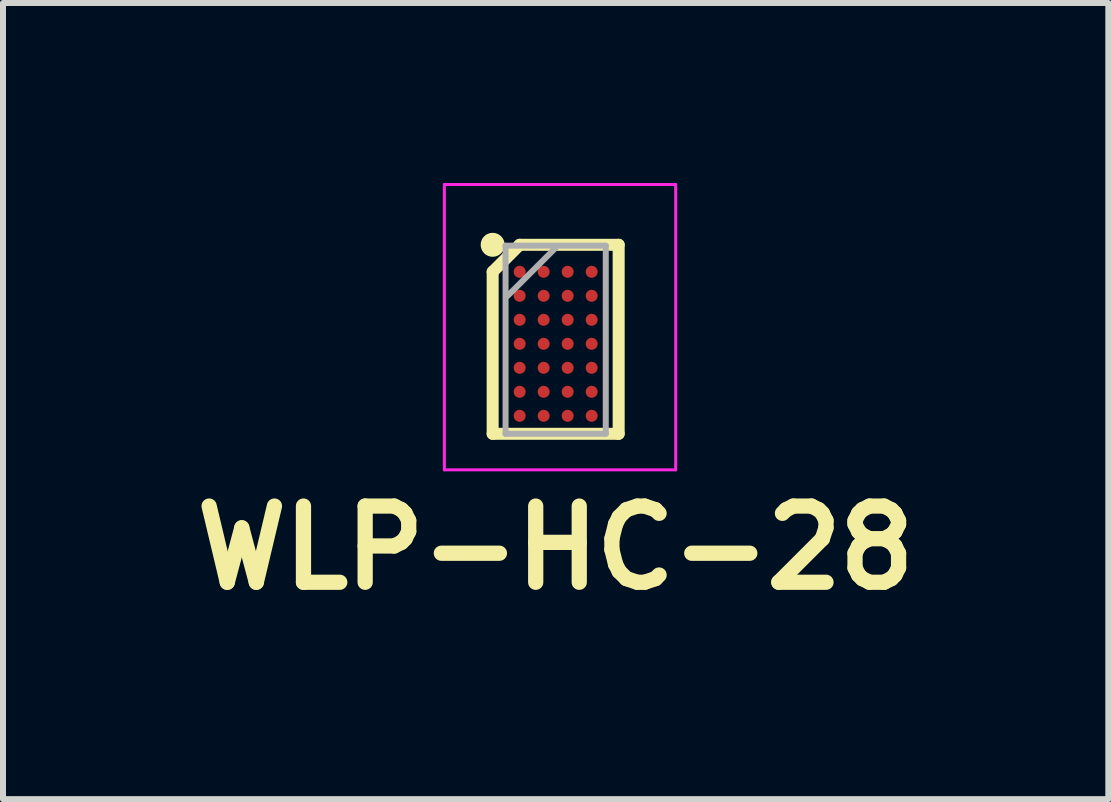
<source format=kicad_pcb>
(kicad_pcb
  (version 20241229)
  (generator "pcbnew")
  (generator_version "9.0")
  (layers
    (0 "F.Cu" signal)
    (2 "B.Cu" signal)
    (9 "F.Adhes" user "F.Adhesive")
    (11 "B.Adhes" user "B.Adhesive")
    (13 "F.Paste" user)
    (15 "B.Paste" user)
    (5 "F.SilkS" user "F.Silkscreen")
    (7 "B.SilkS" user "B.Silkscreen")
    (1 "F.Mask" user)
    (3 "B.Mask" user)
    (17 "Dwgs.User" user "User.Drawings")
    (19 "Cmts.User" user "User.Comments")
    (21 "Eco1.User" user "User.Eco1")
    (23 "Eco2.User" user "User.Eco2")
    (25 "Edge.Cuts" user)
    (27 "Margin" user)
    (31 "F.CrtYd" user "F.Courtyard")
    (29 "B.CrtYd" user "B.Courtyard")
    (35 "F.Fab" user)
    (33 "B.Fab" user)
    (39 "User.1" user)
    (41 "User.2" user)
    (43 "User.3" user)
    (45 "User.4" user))
  (footprint "WLP-HC-28"
    (layer "F.Cu")
    (at 6.211 2.68)
    (property "Reference" "WLP-HC-28" (at 0 3.4 0) (layer "F.SilkS") (effects (font (size 1.27 1.27) (thickness 0.254))))
    (attr smd)
    (fp_line (start -1.05 -1.2) (end -0.6 -1.65) (stroke (width 0.2) (type solid)) (layer "F.SilkS"))
    (fp_line (start -1.05 1.5) (end -1.05 -1.2) (stroke (width 0.2) (type solid)) (layer "F.SilkS"))
    (fp_line (start -0.6 -1.65) (end 1.05 -1.65) (stroke (width 0.2) (type solid)) (layer "F.SilkS"))
    (fp_line (start 1.05 -1.65) (end 1.05 1.5) (stroke (width 0.2) (type solid)) (layer "F.SilkS"))
    (fp_line (start 1.05 1.5) (end -1.05 1.5) (stroke (width 0.2) (type solid)) (layer "F.SilkS"))
    (fp_circle (center -1.05 -1.65) (end -1.05 -1.55) (stroke (width 0.2) (type solid)) (fill no) (layer "F.SilkS"))
    (fp_line (start -1.855 -2.655) (end 2 -2.655) (stroke (width 0.05) (type solid)) (layer "F.CrtYd"))
    (fp_line (start -1.855 2.1) (end -1.855 -2.655) (stroke (width 0.05) (type solid)) (layer "F.CrtYd"))
    (fp_line (start 2 -2.655) (end 2 2.1) (stroke (width 0.05) (type solid)) (layer "F.CrtYd"))
    (fp_line (start 2 2.1) (end -1.855 2.1) (stroke (width 0.05) (type solid)) (layer "F.CrtYd"))
    (fp_line (start -0.835 -1.635) (end 0.835 -1.635) (stroke (width 0.1) (type solid)) (layer "F.Fab"))
    (fp_line (start -0.835 1.5) (end -0.835 -1.635) (stroke (width 0.1) (type solid)) (layer "F.Fab"))
    (fp_line (start -0.8 -0.8) (end 0 -1.6) (stroke (width 0.1) (type solid)) (layer "F.Fab"))
    (fp_line (start 0.835 -1.635) (end 0.835 1.5) (stroke (width 0.1) (type solid)) (layer "F.Fab"))
    (fp_line (start 0.835 1.5) (end -0.835 1.5) (stroke (width 0.1) (type solid)) (layer "F.Fab"))
    (pad "A1" smd circle (at -0.6 -1.2 90) (size 0.2 0.2) (layers "F.Cu" "F.Mask" "F.Paste"))
    (pad "A2" smd circle (at -0.2 -1.2 90) (size 0.2 0.2) (layers "F.Cu" "F.Mask" "F.Paste"))
    (pad "A3" smd circle (at 0.2 -1.2 90) (size 0.2 0.2) (layers "F.Cu" "F.Mask" "F.Paste"))
    (pad "A4" smd circle (at 0.6 -1.2 90) (size 0.2 0.2) (layers "F.Cu" "F.Mask" "F.Paste"))
    (pad "B1" smd circle (at -0.6 -0.8 90) (size 0.2 0.2) (layers "F.Cu" "F.Mask" "F.Paste"))
    (pad "B2" smd circle (at -0.2 -0.8 90) (size 0.2 0.2) (layers "F.Cu" "F.Mask" "F.Paste"))
    (pad "B3" smd circle (at 0.2 -0.8 90) (size 0.2 0.2) (layers "F.Cu" "F.Mask" "F.Paste"))
    (pad "B4" smd circle (at 0.6 -0.8 90) (size 0.2 0.2) (layers "F.Cu" "F.Mask" "F.Paste"))
    (pad "C1" smd circle (at -0.6 -0.4 90) (size 0.2 0.2) (layers "F.Cu" "F.Mask" "F.Paste"))
    (pad "C2" smd circle (at -0.2 -0.4 90) (size 0.2 0.2) (layers "F.Cu" "F.Mask" "F.Paste"))
    (pad "C3" smd circle (at 0.2 -0.4 90) (size 0.2 0.2) (layers "F.Cu" "F.Mask" "F.Paste"))
    (pad "C4" smd circle (at 0.6 -0.4 90) (size 0.2 0.2) (layers "F.Cu" "F.Mask" "F.Paste"))
    (pad "D1" smd circle (at -0.6 0 90) (size 0.2 0.2) (layers "F.Cu" "F.Mask" "F.Paste"))
    (pad "D2" smd circle (at -0.2 0 90) (size 0.2 0.2) (layers "F.Cu" "F.Mask" "F.Paste"))
    (pad "D3" smd circle (at 0.2 0 90) (size 0.2 0.2) (layers "F.Cu" "F.Mask" "F.Paste"))
    (pad "D4" smd circle (at 0.6 0 90) (size 0.2 0.2) (layers "F.Cu" "F.Mask" "F.Paste"))
    (pad "E1" smd circle (at -0.6 0.4 90) (size 0.2 0.2) (layers "F.Cu" "F.Mask" "F.Paste"))
    (pad "E2" smd circle (at -0.2 0.4 90) (size 0.2 0.2) (layers "F.Cu" "F.Mask" "F.Paste"))
    (pad "E3" smd circle (at 0.2 0.4 90) (size 0.2 0.2) (layers "F.Cu" "F.Mask" "F.Paste"))
    (pad "E4" smd circle (at 0.6 0.4 90) (size 0.2 0.2) (layers "F.Cu" "F.Mask" "F.Paste"))
    (pad "F1" smd circle (at -0.6 0.8 90) (size 0.2 0.2) (layers "F.Cu" "F.Mask" "F.Paste"))
    (pad "F2" smd circle (at -0.2 0.8 90) (size 0.2 0.2) (layers "F.Cu" "F.Mask" "F.Paste"))
    (pad "F3" smd circle (at 0.2 0.8 90) (size 0.2 0.2) (layers "F.Cu" "F.Mask" "F.Paste"))
    (pad "F4" smd circle (at 0.6 0.8 90) (size 0.2 0.2) (layers "F.Cu" "F.Mask" "F.Paste"))
    (pad "G1" smd circle (at -0.6 1.2 90) (size 0.2 0.2) (layers "F.Cu" "F.Mask" "F.Paste"))
    (pad "G2" smd circle (at -0.2 1.2 90) (size 0.2 0.2) (layers "F.Cu" "F.Mask" "F.Paste"))
    (pad "G3" smd circle (at 0.2 1.2 90) (size 0.2 0.2) (layers "F.Cu" "F.Mask" "F.Paste"))
    (pad "G4" smd circle (at 0.6 1.2 90) (size 0.2 0.2) (layers "F.Cu" "F.Mask" "F.Paste")))
  (gr_rect
    (start -3 -3)
    (end 15.422 10.269)
    (stroke (width 0.1) (type default))
    (fill no)
    (layer "Edge.Cuts")))
</source>
